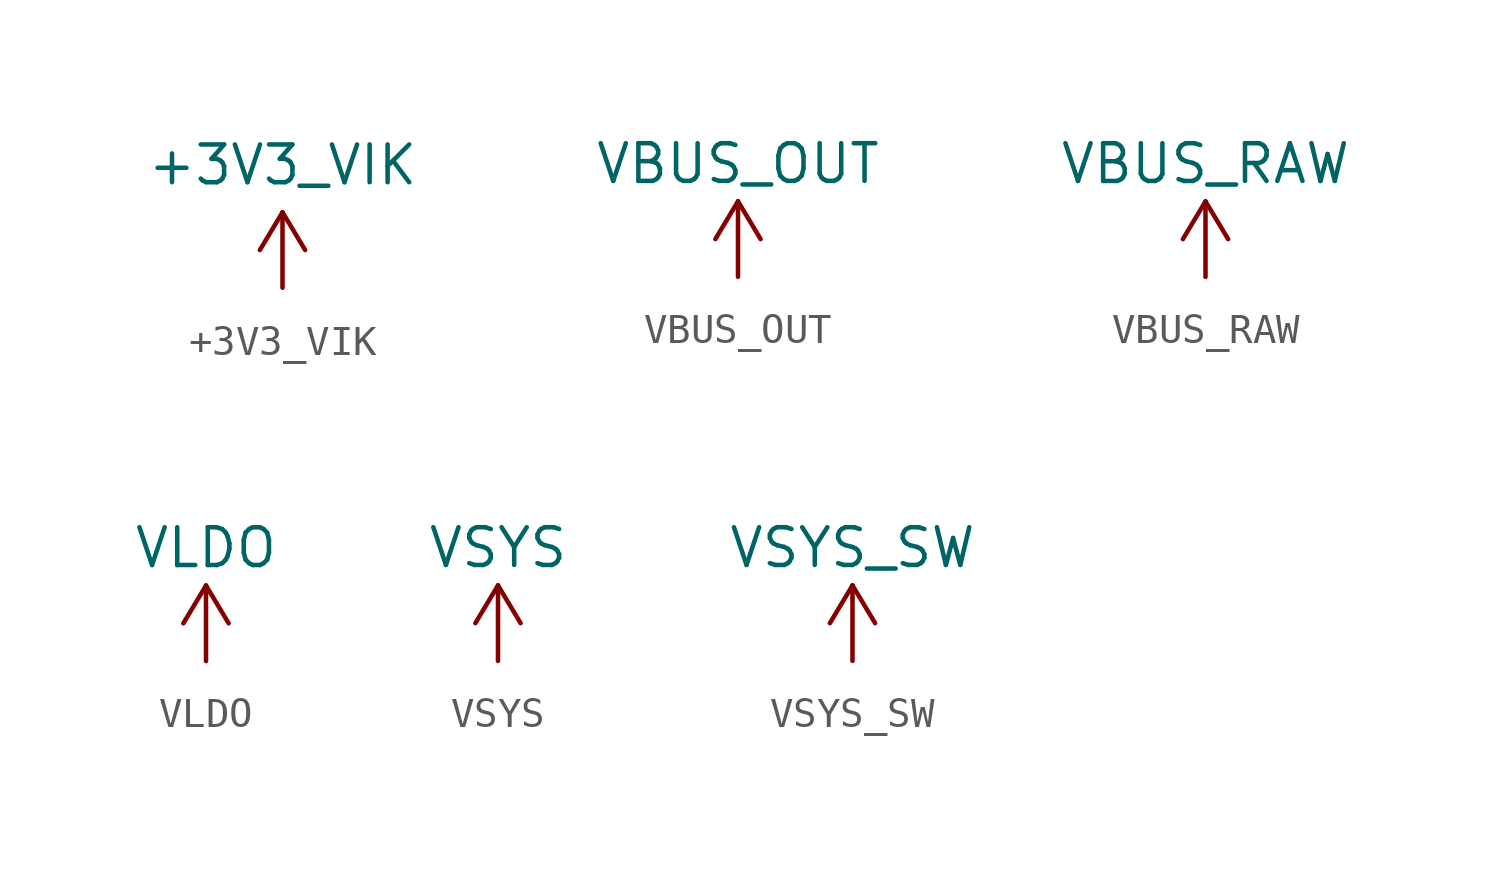
<source format=kicad_sym>
(kicad_symbol_lib
  (version 20220914)
  (generator kicad_symbol_editor)
  (symbol "+3V3_VIK"
    (power)
    (pin_names
      (offset 0))
    (property "Reference" "#PWR03"
      (at 0 -3.81 0)
      (effects (font (size 1.27 1.27)) hide))
    (property "Value" "+3V3_VIK"
      (at 0 4.133 0)
      (effects (font (size 1.27 1.27))))
    (symbol "+3V3_VIK_0_1"
      (polyline (pts (xy -0.762 1.27) (xy 0 2.54)) (stroke (width 0) (type default)) (fill (type none)))
      (polyline (pts (xy 0 0) (xy 0 2.54)) (stroke (width 0) (type default)) (fill (type none)))
      (polyline (pts (xy 0 2.54) (xy 0.762 1.27)) (stroke (width 0) (type default)) (fill (type none))))
    (symbol "+3V3_VIK_1_1"
      (pin power_in line (at 0 0 90) (length 0) hide (name "+3V3_VIK" (effects (font (size 1.27 1.27)))) (number "1" (effects (font (size 1.27 1.27)))))))
  (symbol "VBUS_OUT"
    (power)
    (pin_names
      (offset 0))
    (property "Reference" "#PWR"
      (at 0 -3.81 0)
      (effects (font (size 1.27 1.27)) hide))
    (property "Value" "VBUS_OUT"
      (at 0 3.81 0)
      (effects (font (size 1.27 1.27))))
    (symbol "VBUS_OUT_0_1"
      (polyline (pts (xy -0.762 1.27) (xy 0 2.54)) (stroke (width 0) (type default)) (fill (type none)))
      (polyline (pts (xy 0 0) (xy 0 2.54)) (stroke (width 0) (type default)) (fill (type none)))
      (polyline (pts (xy 0 2.54) (xy 0.762 1.27)) (stroke (width 0) (type default)) (fill (type none))))
    (symbol "VBUS_OUT_1_1"
      (pin power_in line (at 0 0 90) (length 0) hide (name "VBUS_OUT" (effects (font (size 1.27 1.27)))) (number "1" (effects (font (size 1.27 1.27)))))))
  (symbol "VBUS_RAW"
    (power)
    (pin_names
      (offset 0))
    (property "Reference" "#PWR"
      (at 0 -3.81 0)
      (effects (font (size 1.27 1.27)) hide))
    (property "Value" "VBUS_RAW"
      (at 0 3.81 0)
      (effects (font (size 1.27 1.27))))
    (symbol "VBUS_RAW_0_1"
      (polyline (pts (xy -0.762 1.27) (xy 0 2.54)) (stroke (width 0) (type default)) (fill (type none)))
      (polyline (pts (xy 0 0) (xy 0 2.54)) (stroke (width 0) (type default)) (fill (type none)))
      (polyline (pts (xy 0 2.54) (xy 0.762 1.27)) (stroke (width 0) (type default)) (fill (type none))))
    (symbol "VBUS_RAW_1_1"
      (pin power_in line (at 0 0 90) (length 0) hide (name "VBUS_RAW" (effects (font (size 1.27 1.27)))) (number "1" (effects (font (size 1.27 1.27)))))))
  (symbol "VLDO"
    (power)
    (pin_names
      (offset 0))
    (property "Reference" "#PWR"
      (at 0 -3.81 0)
      (effects (font (size 1.27 1.27)) hide))
    (property "Value" "VLDO"
      (at 0 3.81 0)
      (effects (font (size 1.27 1.27))))
    (symbol "VLDO_0_1"
      (polyline (pts (xy -0.762 1.27) (xy 0 2.54)) (stroke (width 0) (type default)) (fill (type none)))
      (polyline (pts (xy 0 0) (xy 0 2.54)) (stroke (width 0) (type default)) (fill (type none)))
      (polyline (pts (xy 0 2.54) (xy 0.762 1.27)) (stroke (width 0) (type default)) (fill (type none))))
    (symbol "VLDO_1_1"
      (pin power_in line (at 0 0 90) (length 0) hide (name "VLDO" (effects (font (size 1.27 1.27)))) (number "1" (effects (font (size 1.27 1.27)))))))
  (symbol "VSYS"
    (power)
    (pin_names
      (offset 0))
    (property "Reference" "#PWR"
      (at 0 -3.81 0)
      (effects (font (size 1.27 1.27)) hide))
    (property "Value" "VSYS"
      (at 0 3.81 0)
      (effects (font (size 1.27 1.27))))
    (symbol "VSYS_0_1"
      (polyline (pts (xy -0.762 1.27) (xy 0 2.54)) (stroke (width 0) (type default)) (fill (type none)))
      (polyline (pts (xy 0 0) (xy 0 2.54)) (stroke (width 0) (type default)) (fill (type none)))
      (polyline (pts (xy 0 2.54) (xy 0.762 1.27)) (stroke (width 0) (type default)) (fill (type none))))
    (symbol "VSYS_1_1"
      (pin power_in line (at 0 0 90) (length 0) hide (name "VSYS" (effects (font (size 1.27 1.27)))) (number "1" (effects (font (size 1.27 1.27)))))))
  (symbol "VSYS_SW"
    (power)
    (pin_names
      (offset 0))
    (property "Reference" "#PWR"
      (at 0 -3.81 0)
      (effects (font (size 1.27 1.27)) hide))
    (property "Value" "VSYS_SW"
      (at 0 3.81 0)
      (effects (font (size 1.27 1.27))))
    (symbol "VSYS_SW_0_1"
      (polyline (pts (xy -0.762 1.27) (xy 0 2.54)) (stroke (width 0) (type default)) (fill (type none)))
      (polyline (pts (xy 0 0) (xy 0 2.54)) (stroke (width 0) (type default)) (fill (type none)))
      (polyline (pts (xy 0 2.54) (xy 0.762 1.27)) (stroke (width 0) (type default)) (fill (type none))))
    (symbol "VSYS_SW_1_1"
      (pin power_in line (at 0 0 90) (length 0) hide (name "VSYS_SW" (effects (font (size 1.27 1.27)))) (number "1" (effects (font (size 1.27 1.27))))))))
</source>
